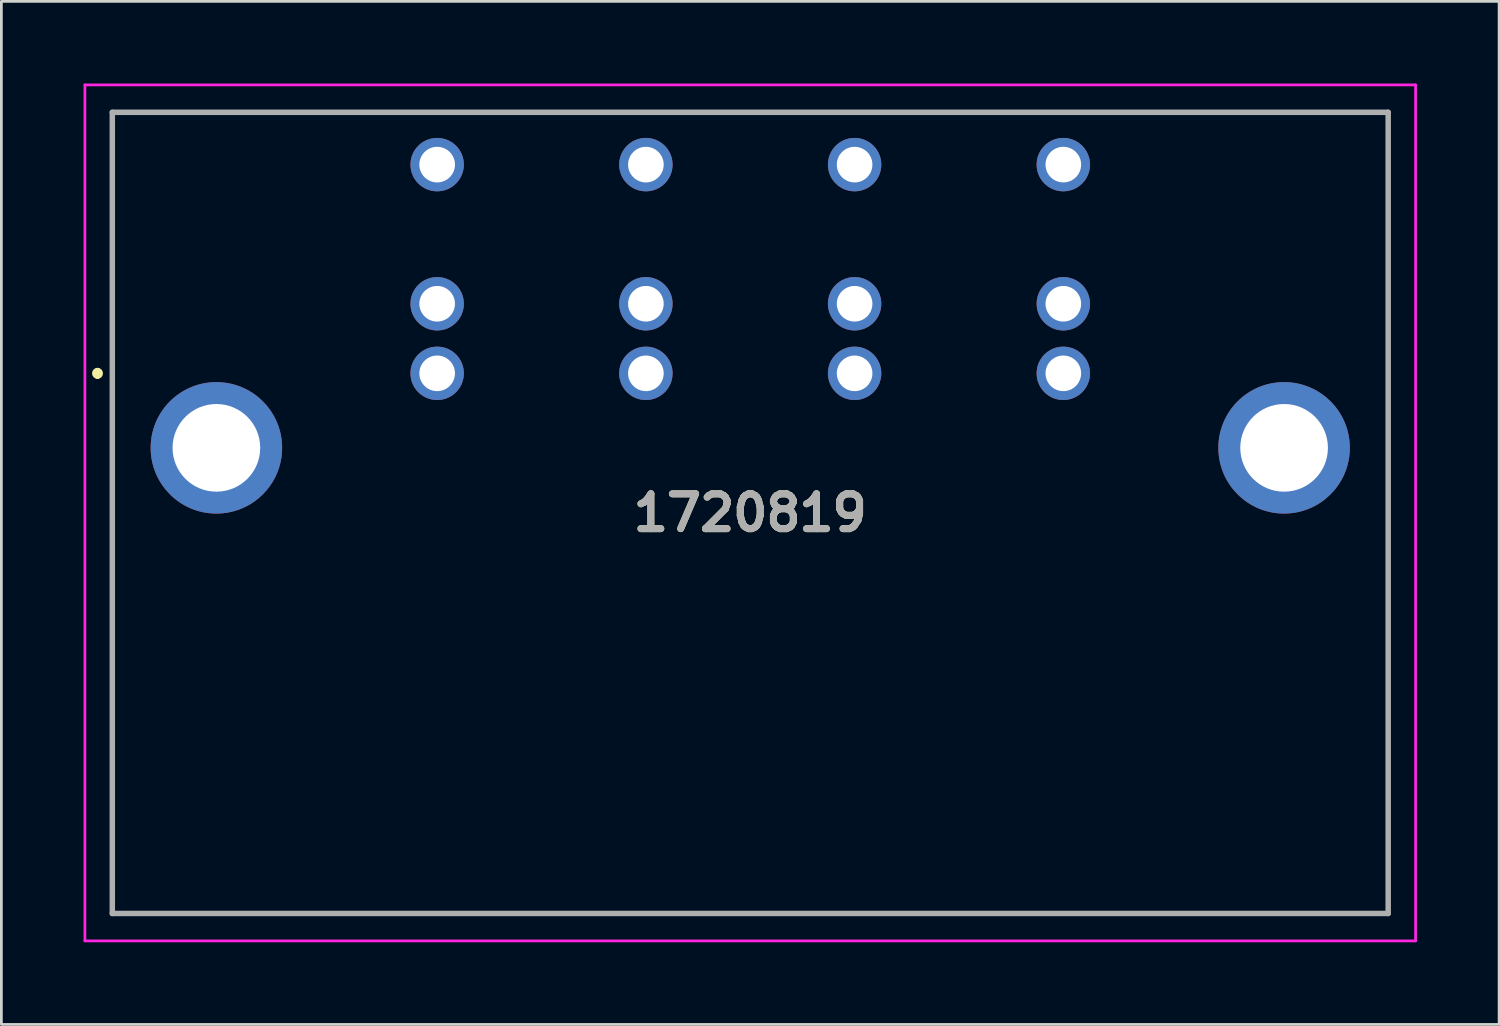
<source format=kicad_pcb>
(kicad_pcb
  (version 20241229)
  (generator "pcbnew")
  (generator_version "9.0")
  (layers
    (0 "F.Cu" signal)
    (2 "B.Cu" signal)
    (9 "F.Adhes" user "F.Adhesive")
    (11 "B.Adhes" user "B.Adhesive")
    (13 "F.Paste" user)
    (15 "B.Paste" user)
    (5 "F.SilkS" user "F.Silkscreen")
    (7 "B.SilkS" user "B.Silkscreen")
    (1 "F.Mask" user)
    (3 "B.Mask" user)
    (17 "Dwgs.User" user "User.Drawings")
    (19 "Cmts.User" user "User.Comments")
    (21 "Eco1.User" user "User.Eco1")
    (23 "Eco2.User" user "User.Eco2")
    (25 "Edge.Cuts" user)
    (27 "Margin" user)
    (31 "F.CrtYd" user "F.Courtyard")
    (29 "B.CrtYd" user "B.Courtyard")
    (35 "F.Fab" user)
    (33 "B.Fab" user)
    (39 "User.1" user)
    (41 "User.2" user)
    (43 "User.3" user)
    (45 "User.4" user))
  (footprint "1720819"
    (layer "F.Cu")
    (at 12.91 10.58)
    (property "Reference" "1720819" (at 11.43 5.095 0) (layer "F.SilkS") (effects (font (size 1.27 1.27) (thickness 0.254))))
    (attr through_hole)
    (fp_line (start -12.4 -0.1) (end -12.4 -0.1) (stroke (width 0.2) (type solid)) (layer "F.SilkS"))
    (fp_line (start -12.4 0.1) (end -12.4 0.1) (stroke (width 0.2) (type solid)) (layer "F.SilkS"))
    (fp_line (start -11.86 -9.53) (end 34.72 -9.53) (stroke (width 0.1) (type solid)) (layer "F.SilkS"))
    (fp_line (start -11.86 19.72) (end -11.86 -9.53) (stroke (width 0.1) (type solid)) (layer "F.SilkS"))
    (fp_line (start 34.72 -9.53) (end 34.72 19.72) (stroke (width 0.1) (type solid)) (layer "F.SilkS"))
    (fp_line (start 34.72 19.72) (end -11.86 19.72) (stroke (width 0.1) (type solid)) (layer "F.SilkS"))
    (fp_arc (start -12.4 -0.1) (mid -12.3 0) (end -12.4 0.1) (stroke (width 0.2) (type solid)) (layer "F.SilkS"))
    (fp_arc (start -12.4 0.1) (mid -12.5 0) (end -12.4 -0.1) (stroke (width 0.2) (type solid)) (layer "F.SilkS"))
    (fp_line (start -12.86 -10.53) (end 35.72 -10.53) (stroke (width 0.1) (type solid)) (layer "F.CrtYd"))
    (fp_line (start -12.86 20.72) (end -12.86 -10.53) (stroke (width 0.1) (type solid)) (layer "F.CrtYd"))
    (fp_line (start 35.72 -10.53) (end 35.72 20.72) (stroke (width 0.1) (type solid)) (layer "F.CrtYd"))
    (fp_line (start 35.72 20.72) (end -12.86 20.72) (stroke (width 0.1) (type solid)) (layer "F.CrtYd"))
    (fp_line (start -11.86 -9.53) (end 34.72 -9.53) (stroke (width 0.2) (type solid)) (layer "F.Fab"))
    (fp_line (start -11.86 19.72) (end -11.86 -9.53) (stroke (width 0.2) (type solid)) (layer "F.Fab"))
    (fp_line (start 34.72 -9.53) (end 34.72 19.72) (stroke (width 0.2) (type solid)) (layer "F.Fab"))
    (fp_line (start 34.72 19.72) (end -11.86 19.72) (stroke (width 0.2) (type solid)) (layer "F.Fab"))
    (fp_text user "${REFERENCE}" (at 11.43 5.095 0) (layer "F.Fab") (effects (font (size 1.27 1.27) (thickness 0.254))))
    (pad "" thru_hole circle (at -8.06 2.72) (size 4.8 4.8) (drill 3.2) (layers "*.Cu" "*.Mask"))
    (pad "" thru_hole circle (at 30.92 2.72) (size 4.8 4.8) (drill 3.2) (layers "*.Cu" "*.Mask"))
    (pad "1" thru_hole circle (at 0 0) (size 1.95 1.95) (drill 1.3) (layers "*.Cu" "*.Mask"))
    (pad "2" thru_hole circle (at 0 -2.54) (size 1.95 1.95) (drill 1.3) (layers "*.Cu" "*.Mask"))
    (pad "3" thru_hole circle (at 0 -7.62) (size 1.95 1.95) (drill 1.3) (layers "*.Cu" "*.Mask"))
    (pad "4" thru_hole circle (at 7.62 0) (size 1.95 1.95) (drill 1.3) (layers "*.Cu" "*.Mask"))
    (pad "5" thru_hole circle (at 7.62 -2.54) (size 1.95 1.95) (drill 1.3) (layers "*.Cu" "*.Mask"))
    (pad "6" thru_hole circle (at 7.62 -7.62) (size 1.95 1.95) (drill 1.3) (layers "*.Cu" "*.Mask"))
    (pad "7" thru_hole circle (at 15.24 0) (size 1.95 1.95) (drill 1.3) (layers "*.Cu" "*.Mask"))
    (pad "8" thru_hole circle (at 15.24 -2.54) (size 1.95 1.95) (drill 1.3) (layers "*.Cu" "*.Mask"))
    (pad "9" thru_hole circle (at 15.24 -7.62) (size 1.95 1.95) (drill 1.3) (layers "*.Cu" "*.Mask"))
    (pad "10" thru_hole circle (at 22.86 0) (size 1.95 1.95) (drill 1.3) (layers "*.Cu" "*.Mask"))
    (pad "11" thru_hole circle (at 22.86 -2.54) (size 1.95 1.95) (drill 1.3) (layers "*.Cu" "*.Mask"))
    (pad "12" thru_hole circle (at 22.86 -7.62) (size 1.95 1.95) (drill 1.3) (layers "*.Cu" "*.Mask")))
  (gr_rect
    (start -3 -3)
    (end 51.68 34.35)
    (stroke (width 0.1) (type default))
    (fill no)
    (layer "Edge.Cuts")))
</source>
